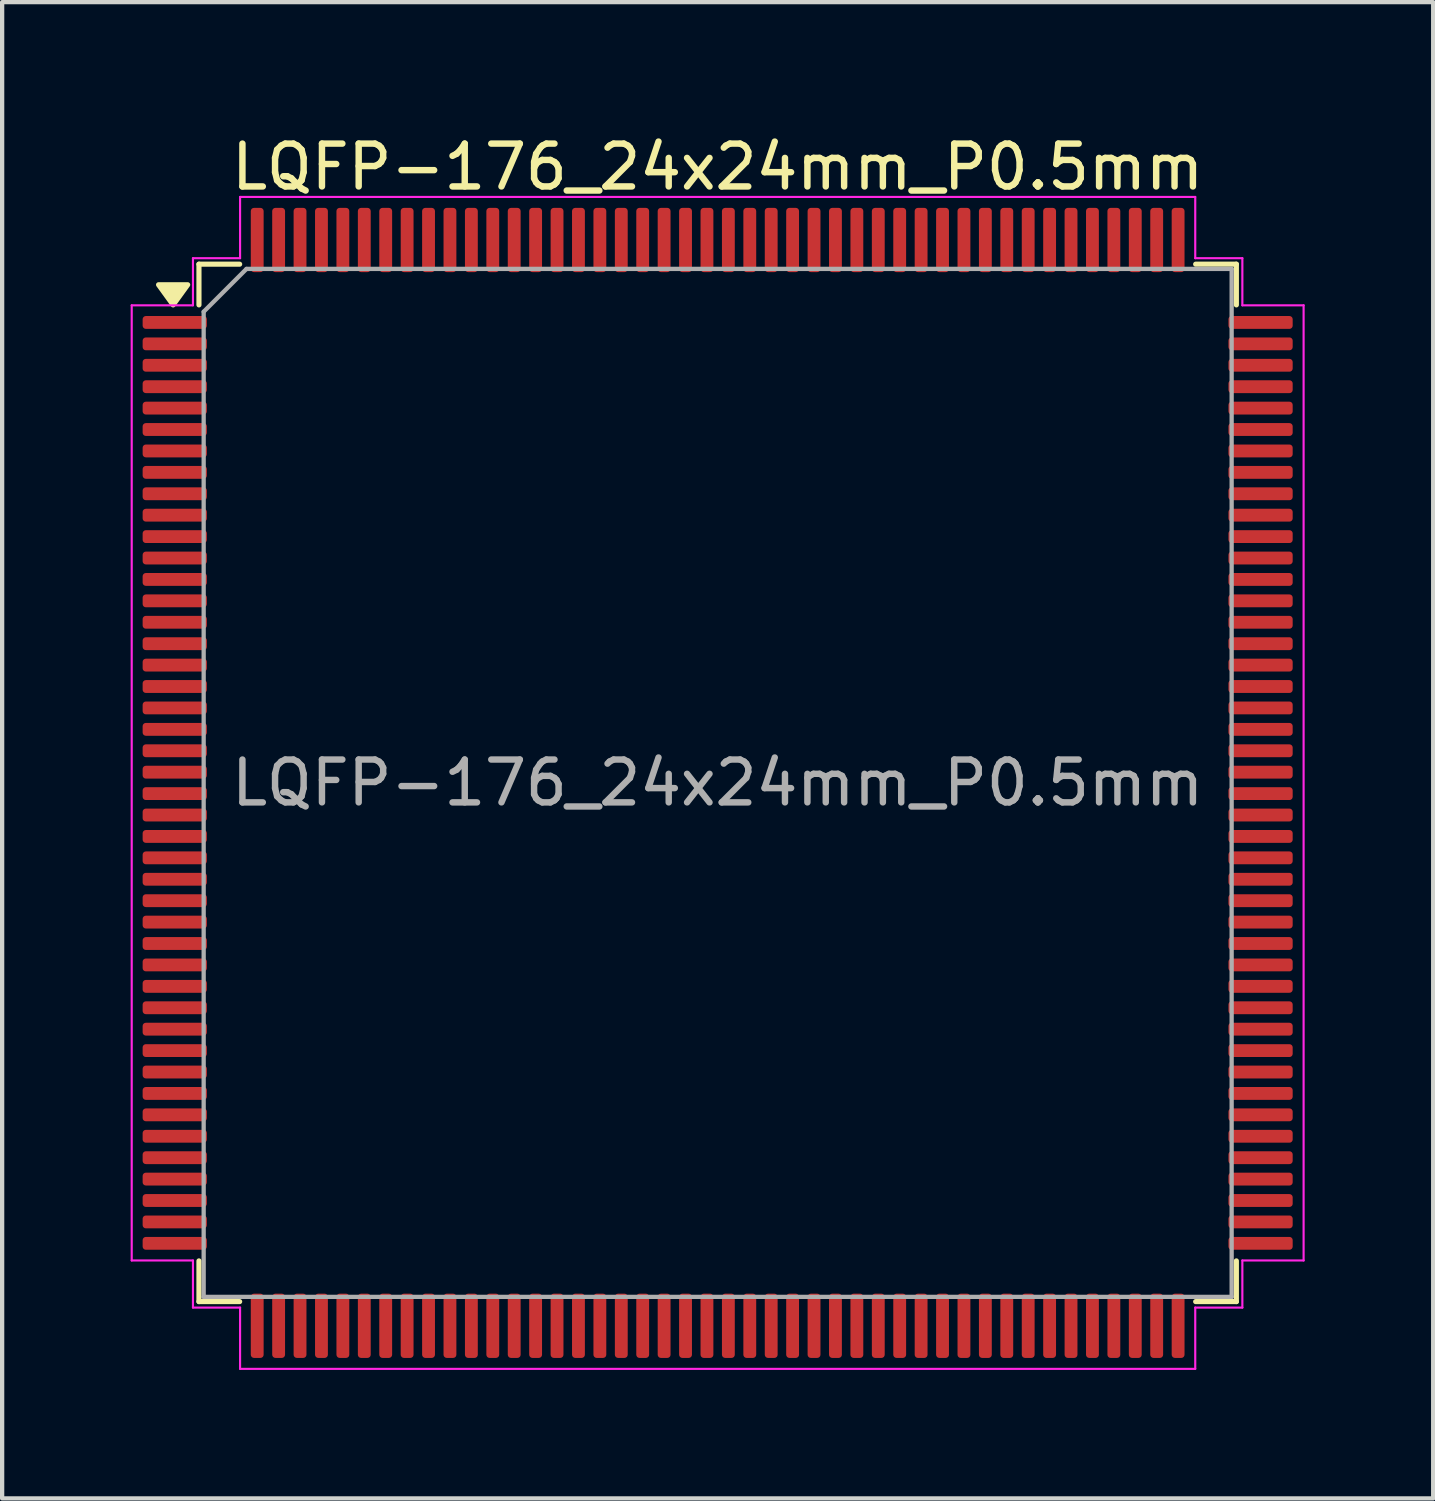
<source format=kicad_pcb>
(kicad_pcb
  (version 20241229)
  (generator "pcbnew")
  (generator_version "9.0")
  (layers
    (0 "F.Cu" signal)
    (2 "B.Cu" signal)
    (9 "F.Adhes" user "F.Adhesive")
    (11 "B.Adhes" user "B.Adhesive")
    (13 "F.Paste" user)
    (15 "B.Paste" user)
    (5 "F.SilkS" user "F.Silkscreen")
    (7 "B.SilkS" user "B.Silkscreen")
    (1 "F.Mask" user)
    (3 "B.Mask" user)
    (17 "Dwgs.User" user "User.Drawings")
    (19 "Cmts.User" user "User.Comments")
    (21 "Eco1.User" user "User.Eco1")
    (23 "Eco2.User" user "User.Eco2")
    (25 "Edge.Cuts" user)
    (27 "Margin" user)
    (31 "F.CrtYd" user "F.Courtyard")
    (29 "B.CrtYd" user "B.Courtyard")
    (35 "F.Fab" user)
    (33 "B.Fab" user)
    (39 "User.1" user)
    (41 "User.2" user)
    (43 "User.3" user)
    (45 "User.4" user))
  (footprint "LQFP-176_24x24mm_P0.5mm"
    (layer "F.Cu")
    (at 13.705 15.228)
    (property "Reference" "LQFP-176_24x24mm_P0.5mm" (at 0 -14.38 0) (layer "F.SilkS") (effects (font (size 1 1) (thickness 0.15))))
    (attr smd)
    (fp_line (start -12.11 -12.11) (end -12.11 -11.16) (stroke (width 0.12) (type solid)) (layer "F.SilkS"))
    (fp_line (start -12.11 12.11) (end -12.11 11.16) (stroke (width 0.12) (type solid)) (layer "F.SilkS"))
    (fp_line (start -11.16 -12.11) (end -12.11 -12.11) (stroke (width 0.12) (type solid)) (layer "F.SilkS"))
    (fp_line (start -11.16 12.11) (end -12.11 12.11) (stroke (width 0.12) (type solid)) (layer "F.SilkS"))
    (fp_line (start 11.16 -12.11) (end 12.11 -12.11) (stroke (width 0.12) (type solid)) (layer "F.SilkS"))
    (fp_line (start 11.16 12.11) (end 12.11 12.11) (stroke (width 0.12) (type solid)) (layer "F.SilkS"))
    (fp_line (start 12.11 -12.11) (end 12.11 -11.16) (stroke (width 0.12) (type solid)) (layer "F.SilkS"))
    (fp_line (start 12.11 12.11) (end 12.11 11.16) (stroke (width 0.12) (type solid)) (layer "F.SilkS"))
    (fp_poly (pts (xy -12.713 -11.16) (xy -13.053 -11.63) (xy -12.373 -11.63)) (stroke (width 0.12) (type solid)) (fill yes) (layer "F.SilkS"))
    (fp_line (start -13.68 -11.15) (end -12.25 -11.15) (stroke (width 0.05) (type solid)) (layer "F.CrtYd"))
    (fp_line (start -13.68 11.15) (end -13.68 -11.15) (stroke (width 0.05) (type solid)) (layer "F.CrtYd"))
    (fp_line (start -12.25 -12.25) (end -11.15 -12.25) (stroke (width 0.05) (type solid)) (layer "F.CrtYd"))
    (fp_line (start -12.25 -11.15) (end -12.25 -12.25) (stroke (width 0.05) (type solid)) (layer "F.CrtYd"))
    (fp_line (start -12.25 11.15) (end -13.68 11.15) (stroke (width 0.05) (type solid)) (layer "F.CrtYd"))
    (fp_line (start -12.25 12.25) (end -12.25 11.15) (stroke (width 0.05) (type solid)) (layer "F.CrtYd"))
    (fp_line (start -11.15 -13.68) (end 11.15 -13.68) (stroke (width 0.05) (type solid)) (layer "F.CrtYd"))
    (fp_line (start -11.15 -12.25) (end -11.15 -13.68) (stroke (width 0.05) (type solid)) (layer "F.CrtYd"))
    (fp_line (start -11.15 12.25) (end -12.25 12.25) (stroke (width 0.05) (type solid)) (layer "F.CrtYd"))
    (fp_line (start -11.15 13.68) (end -11.15 12.25) (stroke (width 0.05) (type solid)) (layer "F.CrtYd"))
    (fp_line (start 11.15 -13.68) (end 11.15 -12.25) (stroke (width 0.05) (type solid)) (layer "F.CrtYd"))
    (fp_line (start 11.15 -12.25) (end 12.25 -12.25) (stroke (width 0.05) (type solid)) (layer "F.CrtYd"))
    (fp_line (start 11.15 12.25) (end 11.15 13.68) (stroke (width 0.05) (type solid)) (layer "F.CrtYd"))
    (fp_line (start 11.15 13.68) (end -11.15 13.68) (stroke (width 0.05) (type solid)) (layer "F.CrtYd"))
    (fp_line (start 12.25 -12.25) (end 12.25 -11.15) (stroke (width 0.05) (type solid)) (layer "F.CrtYd"))
    (fp_line (start 12.25 -11.15) (end 13.68 -11.15) (stroke (width 0.05) (type solid)) (layer "F.CrtYd"))
    (fp_line (start 12.25 11.15) (end 12.25 12.25) (stroke (width 0.05) (type solid)) (layer "F.CrtYd"))
    (fp_line (start 12.25 12.25) (end 11.15 12.25) (stroke (width 0.05) (type solid)) (layer "F.CrtYd"))
    (fp_line (start 13.68 -11.15) (end 13.68 11.15) (stroke (width 0.05) (type solid)) (layer "F.CrtYd"))
    (fp_line (start 13.68 11.15) (end 12.25 11.15) (stroke (width 0.05) (type solid)) (layer "F.CrtYd"))
    (fp_line (start -12 -11) (end -11 -12) (stroke (width 0.1) (type solid)) (layer "F.Fab"))
    (fp_line (start -12 12) (end -12 -11) (stroke (width 0.1) (type solid)) (layer "F.Fab"))
    (fp_line (start -11 -12) (end 12 -12) (stroke (width 0.1) (type solid)) (layer "F.Fab"))
    (fp_line (start 12 -12) (end 12 12) (stroke (width 0.1) (type solid)) (layer "F.Fab"))
    (fp_line (start 12 12) (end -12 12) (stroke (width 0.1) (type solid)) (layer "F.Fab"))
    (fp_text user "${REFERENCE}" (at 0 0 0) (layer "F.Fab") (effects (font (size 1 1) (thickness 0.15))))
    (pad "1" smd roundrect (at -12.675 -10.75) (size 1.5 0.3) (layers "F.Cu" "F.Mask" "F.Paste") (roundrect_rratio 0.25))
    (pad "2" smd roundrect (at -12.675 -10.25) (size 1.5 0.3) (layers "F.Cu" "F.Mask" "F.Paste") (roundrect_rratio 0.25))
    (pad "3" smd roundrect (at -12.675 -9.75) (size 1.5 0.3) (layers "F.Cu" "F.Mask" "F.Paste") (roundrect_rratio 0.25))
    (pad "4" smd roundrect (at -12.675 -9.25) (size 1.5 0.3) (layers "F.Cu" "F.Mask" "F.Paste") (roundrect_rratio 0.25))
    (pad "5" smd roundrect (at -12.675 -8.75) (size 1.5 0.3) (layers "F.Cu" "F.Mask" "F.Paste") (roundrect_rratio 0.25))
    (pad "6" smd roundrect (at -12.675 -8.25) (size 1.5 0.3) (layers "F.Cu" "F.Mask" "F.Paste") (roundrect_rratio 0.25))
    (pad "7" smd roundrect (at -12.675 -7.75) (size 1.5 0.3) (layers "F.Cu" "F.Mask" "F.Paste") (roundrect_rratio 0.25))
    (pad "8" smd roundrect (at -12.675 -7.25) (size 1.5 0.3) (layers "F.Cu" "F.Mask" "F.Paste") (roundrect_rratio 0.25))
    (pad "9" smd roundrect (at -12.675 -6.75) (size 1.5 0.3) (layers "F.Cu" "F.Mask" "F.Paste") (roundrect_rratio 0.25))
    (pad "10" smd roundrect (at -12.675 -6.25) (size 1.5 0.3) (layers "F.Cu" "F.Mask" "F.Paste") (roundrect_rratio 0.25))
    (pad "11" smd roundrect (at -12.675 -5.75) (size 1.5 0.3) (layers "F.Cu" "F.Mask" "F.Paste") (roundrect_rratio 0.25))
    (pad "12" smd roundrect (at -12.675 -5.25) (size 1.5 0.3) (layers "F.Cu" "F.Mask" "F.Paste") (roundrect_rratio 0.25))
    (pad "13" smd roundrect (at -12.675 -4.75) (size 1.5 0.3) (layers "F.Cu" "F.Mask" "F.Paste") (roundrect_rratio 0.25))
    (pad "14" smd roundrect (at -12.675 -4.25) (size 1.5 0.3) (layers "F.Cu" "F.Mask" "F.Paste") (roundrect_rratio 0.25))
    (pad "15" smd roundrect (at -12.675 -3.75) (size 1.5 0.3) (layers "F.Cu" "F.Mask" "F.Paste") (roundrect_rratio 0.25))
    (pad "16" smd roundrect (at -12.675 -3.25) (size 1.5 0.3) (layers "F.Cu" "F.Mask" "F.Paste") (roundrect_rratio 0.25))
    (pad "17" smd roundrect (at -12.675 -2.75) (size 1.5 0.3) (layers "F.Cu" "F.Mask" "F.Paste") (roundrect_rratio 0.25))
    (pad "18" smd roundrect (at -12.675 -2.25) (size 1.5 0.3) (layers "F.Cu" "F.Mask" "F.Paste") (roundrect_rratio 0.25))
    (pad "19" smd roundrect (at -12.675 -1.75) (size 1.5 0.3) (layers "F.Cu" "F.Mask" "F.Paste") (roundrect_rratio 0.25))
    (pad "20" smd roundrect (at -12.675 -1.25) (size 1.5 0.3) (layers "F.Cu" "F.Mask" "F.Paste") (roundrect_rratio 0.25))
    (pad "21" smd roundrect (at -12.675 -0.75) (size 1.5 0.3) (layers "F.Cu" "F.Mask" "F.Paste") (roundrect_rratio 0.25))
    (pad "22" smd roundrect (at -12.675 -0.25) (size 1.5 0.3) (layers "F.Cu" "F.Mask" "F.Paste") (roundrect_rratio 0.25))
    (pad "23" smd roundrect (at -12.675 0.25) (size 1.5 0.3) (layers "F.Cu" "F.Mask" "F.Paste") (roundrect_rratio 0.25))
    (pad "24" smd roundrect (at -12.675 0.75) (size 1.5 0.3) (layers "F.Cu" "F.Mask" "F.Paste") (roundrect_rratio 0.25))
    (pad "25" smd roundrect (at -12.675 1.25) (size 1.5 0.3) (layers "F.Cu" "F.Mask" "F.Paste") (roundrect_rratio 0.25))
    (pad "26" smd roundrect (at -12.675 1.75) (size 1.5 0.3) (layers "F.Cu" "F.Mask" "F.Paste") (roundrect_rratio 0.25))
    (pad "27" smd roundrect (at -12.675 2.25) (size 1.5 0.3) (layers "F.Cu" "F.Mask" "F.Paste") (roundrect_rratio 0.25))
    (pad "28" smd roundrect (at -12.675 2.75) (size 1.5 0.3) (layers "F.Cu" "F.Mask" "F.Paste") (roundrect_rratio 0.25))
    (pad "29" smd roundrect (at -12.675 3.25) (size 1.5 0.3) (layers "F.Cu" "F.Mask" "F.Paste") (roundrect_rratio 0.25))
    (pad "30" smd roundrect (at -12.675 3.75) (size 1.5 0.3) (layers "F.Cu" "F.Mask" "F.Paste") (roundrect_rratio 0.25))
    (pad "31" smd roundrect (at -12.675 4.25) (size 1.5 0.3) (layers "F.Cu" "F.Mask" "F.Paste") (roundrect_rratio 0.25))
    (pad "32" smd roundrect (at -12.675 4.75) (size 1.5 0.3) (layers "F.Cu" "F.Mask" "F.Paste") (roundrect_rratio 0.25))
    (pad "33" smd roundrect (at -12.675 5.25) (size 1.5 0.3) (layers "F.Cu" "F.Mask" "F.Paste") (roundrect_rratio 0.25))
    (pad "34" smd roundrect (at -12.675 5.75) (size 1.5 0.3) (layers "F.Cu" "F.Mask" "F.Paste") (roundrect_rratio 0.25))
    (pad "35" smd roundrect (at -12.675 6.25) (size 1.5 0.3) (layers "F.Cu" "F.Mask" "F.Paste") (roundrect_rratio 0.25))
    (pad "36" smd roundrect (at -12.675 6.75) (size 1.5 0.3) (layers "F.Cu" "F.Mask" "F.Paste") (roundrect_rratio 0.25))
    (pad "37" smd roundrect (at -12.675 7.25) (size 1.5 0.3) (layers "F.Cu" "F.Mask" "F.Paste") (roundrect_rratio 0.25))
    (pad "38" smd roundrect (at -12.675 7.75) (size 1.5 0.3) (layers "F.Cu" "F.Mask" "F.Paste") (roundrect_rratio 0.25))
    (pad "39" smd roundrect (at -12.675 8.25) (size 1.5 0.3) (layers "F.Cu" "F.Mask" "F.Paste") (roundrect_rratio 0.25))
    (pad "40" smd roundrect (at -12.675 8.75) (size 1.5 0.3) (layers "F.Cu" "F.Mask" "F.Paste") (roundrect_rratio 0.25))
    (pad "41" smd roundrect (at -12.675 9.25) (size 1.5 0.3) (layers "F.Cu" "F.Mask" "F.Paste") (roundrect_rratio 0.25))
    (pad "42" smd roundrect (at -12.675 9.75) (size 1.5 0.3) (layers "F.Cu" "F.Mask" "F.Paste") (roundrect_rratio 0.25))
    (pad "43" smd roundrect (at -12.675 10.25) (size 1.5 0.3) (layers "F.Cu" "F.Mask" "F.Paste") (roundrect_rratio 0.25))
    (pad "44" smd roundrect (at -12.675 10.75) (size 1.5 0.3) (layers "F.Cu" "F.Mask" "F.Paste") (roundrect_rratio 0.25))
    (pad "45" smd roundrect (at -10.75 12.675) (size 0.3 1.5) (layers "F.Cu" "F.Mask" "F.Paste") (roundrect_rratio 0.25))
    (pad "46" smd roundrect (at -10.25 12.675) (size 0.3 1.5) (layers "F.Cu" "F.Mask" "F.Paste") (roundrect_rratio 0.25))
    (pad "47" smd roundrect (at -9.75 12.675) (size 0.3 1.5) (layers "F.Cu" "F.Mask" "F.Paste") (roundrect_rratio 0.25))
    (pad "48" smd roundrect (at -9.25 12.675) (size 0.3 1.5) (layers "F.Cu" "F.Mask" "F.Paste") (roundrect_rratio 0.25))
    (pad "49" smd roundrect (at -8.75 12.675) (size 0.3 1.5) (layers "F.Cu" "F.Mask" "F.Paste") (roundrect_rratio 0.25))
    (pad "50" smd roundrect (at -8.25 12.675) (size 0.3 1.5) (layers "F.Cu" "F.Mask" "F.Paste") (roundrect_rratio 0.25))
    (pad "51" smd roundrect (at -7.75 12.675) (size 0.3 1.5) (layers "F.Cu" "F.Mask" "F.Paste") (roundrect_rratio 0.25))
    (pad "52" smd roundrect (at -7.25 12.675) (size 0.3 1.5) (layers "F.Cu" "F.Mask" "F.Paste") (roundrect_rratio 0.25))
    (pad "53" smd roundrect (at -6.75 12.675) (size 0.3 1.5) (layers "F.Cu" "F.Mask" "F.Paste") (roundrect_rratio 0.25))
    (pad "54" smd roundrect (at -6.25 12.675) (size 0.3 1.5) (layers "F.Cu" "F.Mask" "F.Paste") (roundrect_rratio 0.25))
    (pad "55" smd roundrect (at -5.75 12.675) (size 0.3 1.5) (layers "F.Cu" "F.Mask" "F.Paste") (roundrect_rratio 0.25))
    (pad "56" smd roundrect (at -5.25 12.675) (size 0.3 1.5) (layers "F.Cu" "F.Mask" "F.Paste") (roundrect_rratio 0.25))
    (pad "57" smd roundrect (at -4.75 12.675) (size 0.3 1.5) (layers "F.Cu" "F.Mask" "F.Paste") (roundrect_rratio 0.25))
    (pad "58" smd roundrect (at -4.25 12.675) (size 0.3 1.5) (layers "F.Cu" "F.Mask" "F.Paste") (roundrect_rratio 0.25))
    (pad "59" smd roundrect (at -3.75 12.675) (size 0.3 1.5) (layers "F.Cu" "F.Mask" "F.Paste") (roundrect_rratio 0.25))
    (pad "60" smd roundrect (at -3.25 12.675) (size 0.3 1.5) (layers "F.Cu" "F.Mask" "F.Paste") (roundrect_rratio 0.25))
    (pad "61" smd roundrect (at -2.75 12.675) (size 0.3 1.5) (layers "F.Cu" "F.Mask" "F.Paste") (roundrect_rratio 0.25))
    (pad "62" smd roundrect (at -2.25 12.675) (size 0.3 1.5) (layers "F.Cu" "F.Mask" "F.Paste") (roundrect_rratio 0.25))
    (pad "63" smd roundrect (at -1.75 12.675) (size 0.3 1.5) (layers "F.Cu" "F.Mask" "F.Paste") (roundrect_rratio 0.25))
    (pad "64" smd roundrect (at -1.25 12.675) (size 0.3 1.5) (layers "F.Cu" "F.Mask" "F.Paste") (roundrect_rratio 0.25))
    (pad "65" smd roundrect (at -0.75 12.675) (size 0.3 1.5) (layers "F.Cu" "F.Mask" "F.Paste") (roundrect_rratio 0.25))
    (pad "66" smd roundrect (at -0.25 12.675) (size 0.3 1.5) (layers "F.Cu" "F.Mask" "F.Paste") (roundrect_rratio 0.25))
    (pad "67" smd roundrect (at 0.25 12.675) (size 0.3 1.5) (layers "F.Cu" "F.Mask" "F.Paste") (roundrect_rratio 0.25))
    (pad "68" smd roundrect (at 0.75 12.675) (size 0.3 1.5) (layers "F.Cu" "F.Mask" "F.Paste") (roundrect_rratio 0.25))
    (pad "69" smd roundrect (at 1.25 12.675) (size 0.3 1.5) (layers "F.Cu" "F.Mask" "F.Paste") (roundrect_rratio 0.25))
    (pad "70" smd roundrect (at 1.75 12.675) (size 0.3 1.5) (layers "F.Cu" "F.Mask" "F.Paste") (roundrect_rratio 0.25))
    (pad "71" smd roundrect (at 2.25 12.675) (size 0.3 1.5) (layers "F.Cu" "F.Mask" "F.Paste") (roundrect_rratio 0.25))
    (pad "72" smd roundrect (at 2.75 12.675) (size 0.3 1.5) (layers "F.Cu" "F.Mask" "F.Paste") (roundrect_rratio 0.25))
    (pad "73" smd roundrect (at 3.25 12.675) (size 0.3 1.5) (layers "F.Cu" "F.Mask" "F.Paste") (roundrect_rratio 0.25))
    (pad "74" smd roundrect (at 3.75 12.675) (size 0.3 1.5) (layers "F.Cu" "F.Mask" "F.Paste") (roundrect_rratio 0.25))
    (pad "75" smd roundrect (at 4.25 12.675) (size 0.3 1.5) (layers "F.Cu" "F.Mask" "F.Paste") (roundrect_rratio 0.25))
    (pad "76" smd roundrect (at 4.75 12.675) (size 0.3 1.5) (layers "F.Cu" "F.Mask" "F.Paste") (roundrect_rratio 0.25))
    (pad "77" smd roundrect (at 5.25 12.675) (size 0.3 1.5) (layers "F.Cu" "F.Mask" "F.Paste") (roundrect_rratio 0.25))
    (pad "78" smd roundrect (at 5.75 12.675) (size 0.3 1.5) (layers "F.Cu" "F.Mask" "F.Paste") (roundrect_rratio 0.25))
    (pad "79" smd roundrect (at 6.25 12.675) (size 0.3 1.5) (layers "F.Cu" "F.Mask" "F.Paste") (roundrect_rratio 0.25))
    (pad "80" smd roundrect (at 6.75 12.675) (size 0.3 1.5) (layers "F.Cu" "F.Mask" "F.Paste") (roundrect_rratio 0.25))
    (pad "81" smd roundrect (at 7.25 12.675) (size 0.3 1.5) (layers "F.Cu" "F.Mask" "F.Paste") (roundrect_rratio 0.25))
    (pad "82" smd roundrect (at 7.75 12.675) (size 0.3 1.5) (layers "F.Cu" "F.Mask" "F.Paste") (roundrect_rratio 0.25))
    (pad "83" smd roundrect (at 8.25 12.675) (size 0.3 1.5) (layers "F.Cu" "F.Mask" "F.Paste") (roundrect_rratio 0.25))
    (pad "84" smd roundrect (at 8.75 12.675) (size 0.3 1.5) (layers "F.Cu" "F.Mask" "F.Paste") (roundrect_rratio 0.25))
    (pad "85" smd roundrect (at 9.25 12.675) (size 0.3 1.5) (layers "F.Cu" "F.Mask" "F.Paste") (roundrect_rratio 0.25))
    (pad "86" smd roundrect (at 9.75 12.675) (size 0.3 1.5) (layers "F.Cu" "F.Mask" "F.Paste") (roundrect_rratio 0.25))
    (pad "87" smd roundrect (at 10.25 12.675) (size 0.3 1.5) (layers "F.Cu" "F.Mask" "F.Paste") (roundrect_rratio 0.25))
    (pad "88" smd roundrect (at 10.75 12.675) (size 0.3 1.5) (layers "F.Cu" "F.Mask" "F.Paste") (roundrect_rratio 0.25))
    (pad "89" smd roundrect (at 12.675 10.75) (size 1.5 0.3) (layers "F.Cu" "F.Mask" "F.Paste") (roundrect_rratio 0.25))
    (pad "90" smd roundrect (at 12.675 10.25) (size 1.5 0.3) (layers "F.Cu" "F.Mask" "F.Paste") (roundrect_rratio 0.25))
    (pad "91" smd roundrect (at 12.675 9.75) (size 1.5 0.3) (layers "F.Cu" "F.Mask" "F.Paste") (roundrect_rratio 0.25))
    (pad "92" smd roundrect (at 12.675 9.25) (size 1.5 0.3) (layers "F.Cu" "F.Mask" "F.Paste") (roundrect_rratio 0.25))
    (pad "93" smd roundrect (at 12.675 8.75) (size 1.5 0.3) (layers "F.Cu" "F.Mask" "F.Paste") (roundrect_rratio 0.25))
    (pad "94" smd roundrect (at 12.675 8.25) (size 1.5 0.3) (layers "F.Cu" "F.Mask" "F.Paste") (roundrect_rratio 0.25))
    (pad "95" smd roundrect (at 12.675 7.75) (size 1.5 0.3) (layers "F.Cu" "F.Mask" "F.Paste") (roundrect_rratio 0.25))
    (pad "96" smd roundrect (at 12.675 7.25) (size 1.5 0.3) (layers "F.Cu" "F.Mask" "F.Paste") (roundrect_rratio 0.25))
    (pad "97" smd roundrect (at 12.675 6.75) (size 1.5 0.3) (layers "F.Cu" "F.Mask" "F.Paste") (roundrect_rratio 0.25))
    (pad "98" smd roundrect (at 12.675 6.25) (size 1.5 0.3) (layers "F.Cu" "F.Mask" "F.Paste") (roundrect_rratio 0.25))
    (pad "99" smd roundrect (at 12.675 5.75) (size 1.5 0.3) (layers "F.Cu" "F.Mask" "F.Paste") (roundrect_rratio 0.25))
    (pad "100" smd roundrect (at 12.675 5.25) (size 1.5 0.3) (layers "F.Cu" "F.Mask" "F.Paste") (roundrect_rratio 0.25))
    (pad "101" smd roundrect (at 12.675 4.75) (size 1.5 0.3) (layers "F.Cu" "F.Mask" "F.Paste") (roundrect_rratio 0.25))
    (pad "102" smd roundrect (at 12.675 4.25) (size 1.5 0.3) (layers "F.Cu" "F.Mask" "F.Paste") (roundrect_rratio 0.25))
    (pad "103" smd roundrect (at 12.675 3.75) (size 1.5 0.3) (layers "F.Cu" "F.Mask" "F.Paste") (roundrect_rratio 0.25))
    (pad "104" smd roundrect (at 12.675 3.25) (size 1.5 0.3) (layers "F.Cu" "F.Mask" "F.Paste") (roundrect_rratio 0.25))
    (pad "105" smd roundrect (at 12.675 2.75) (size 1.5 0.3) (layers "F.Cu" "F.Mask" "F.Paste") (roundrect_rratio 0.25))
    (pad "106" smd roundrect (at 12.675 2.25) (size 1.5 0.3) (layers "F.Cu" "F.Mask" "F.Paste") (roundrect_rratio 0.25))
    (pad "107" smd roundrect (at 12.675 1.75) (size 1.5 0.3) (layers "F.Cu" "F.Mask" "F.Paste") (roundrect_rratio 0.25))
    (pad "108" smd roundrect (at 12.675 1.25) (size 1.5 0.3) (layers "F.Cu" "F.Mask" "F.Paste") (roundrect_rratio 0.25))
    (pad "109" smd roundrect (at 12.675 0.75) (size 1.5 0.3) (layers "F.Cu" "F.Mask" "F.Paste") (roundrect_rratio 0.25))
    (pad "110" smd roundrect (at 12.675 0.25) (size 1.5 0.3) (layers "F.Cu" "F.Mask" "F.Paste") (roundrect_rratio 0.25))
    (pad "111" smd roundrect (at 12.675 -0.25) (size 1.5 0.3) (layers "F.Cu" "F.Mask" "F.Paste") (roundrect_rratio 0.25))
    (pad "112" smd roundrect (at 12.675 -0.75) (size 1.5 0.3) (layers "F.Cu" "F.Mask" "F.Paste") (roundrect_rratio 0.25))
    (pad "113" smd roundrect (at 12.675 -1.25) (size 1.5 0.3) (layers "F.Cu" "F.Mask" "F.Paste") (roundrect_rratio 0.25))
    (pad "114" smd roundrect (at 12.675 -1.75) (size 1.5 0.3) (layers "F.Cu" "F.Mask" "F.Paste") (roundrect_rratio 0.25))
    (pad "115" smd roundrect (at 12.675 -2.25) (size 1.5 0.3) (layers "F.Cu" "F.Mask" "F.Paste") (roundrect_rratio 0.25))
    (pad "116" smd roundrect (at 12.675 -2.75) (size 1.5 0.3) (layers "F.Cu" "F.Mask" "F.Paste") (roundrect_rratio 0.25))
    (pad "117" smd roundrect (at 12.675 -3.25) (size 1.5 0.3) (layers "F.Cu" "F.Mask" "F.Paste") (roundrect_rratio 0.25))
    (pad "118" smd roundrect (at 12.675 -3.75) (size 1.5 0.3) (layers "F.Cu" "F.Mask" "F.Paste") (roundrect_rratio 0.25))
    (pad "119" smd roundrect (at 12.675 -4.25) (size 1.5 0.3) (layers "F.Cu" "F.Mask" "F.Paste") (roundrect_rratio 0.25))
    (pad "120" smd roundrect (at 12.675 -4.75) (size 1.5 0.3) (layers "F.Cu" "F.Mask" "F.Paste") (roundrect_rratio 0.25))
    (pad "121" smd roundrect (at 12.675 -5.25) (size 1.5 0.3) (layers "F.Cu" "F.Mask" "F.Paste") (roundrect_rratio 0.25))
    (pad "122" smd roundrect (at 12.675 -5.75) (size 1.5 0.3) (layers "F.Cu" "F.Mask" "F.Paste") (roundrect_rratio 0.25))
    (pad "123" smd roundrect (at 12.675 -6.25) (size 1.5 0.3) (layers "F.Cu" "F.Mask" "F.Paste") (roundrect_rratio 0.25))
    (pad "124" smd roundrect (at 12.675 -6.75) (size 1.5 0.3) (layers "F.Cu" "F.Mask" "F.Paste") (roundrect_rratio 0.25))
    (pad "125" smd roundrect (at 12.675 -7.25) (size 1.5 0.3) (layers "F.Cu" "F.Mask" "F.Paste") (roundrect_rratio 0.25))
    (pad "126" smd roundrect (at 12.675 -7.75) (size 1.5 0.3) (layers "F.Cu" "F.Mask" "F.Paste") (roundrect_rratio 0.25))
    (pad "127" smd roundrect (at 12.675 -8.25) (size 1.5 0.3) (layers "F.Cu" "F.Mask" "F.Paste") (roundrect_rratio 0.25))
    (pad "128" smd roundrect (at 12.675 -8.75) (size 1.5 0.3) (layers "F.Cu" "F.Mask" "F.Paste") (roundrect_rratio 0.25))
    (pad "129" smd roundrect (at 12.675 -9.25) (size 1.5 0.3) (layers "F.Cu" "F.Mask" "F.Paste") (roundrect_rratio 0.25))
    (pad "130" smd roundrect (at 12.675 -9.75) (size 1.5 0.3) (layers "F.Cu" "F.Mask" "F.Paste") (roundrect_rratio 0.25))
    (pad "131" smd roundrect (at 12.675 -10.25) (size 1.5 0.3) (layers "F.Cu" "F.Mask" "F.Paste") (roundrect_rratio 0.25))
    (pad "132" smd roundrect (at 12.675 -10.75) (size 1.5 0.3) (layers "F.Cu" "F.Mask" "F.Paste") (roundrect_rratio 0.25))
    (pad "133" smd roundrect (at 10.75 -12.675) (size 0.3 1.5) (layers "F.Cu" "F.Mask" "F.Paste") (roundrect_rratio 0.25))
    (pad "134" smd roundrect (at 10.25 -12.675) (size 0.3 1.5) (layers "F.Cu" "F.Mask" "F.Paste") (roundrect_rratio 0.25))
    (pad "135" smd roundrect (at 9.75 -12.675) (size 0.3 1.5) (layers "F.Cu" "F.Mask" "F.Paste") (roundrect_rratio 0.25))
    (pad "136" smd roundrect (at 9.25 -12.675) (size 0.3 1.5) (layers "F.Cu" "F.Mask" "F.Paste") (roundrect_rratio 0.25))
    (pad "137" smd roundrect (at 8.75 -12.675) (size 0.3 1.5) (layers "F.Cu" "F.Mask" "F.Paste") (roundrect_rratio 0.25))
    (pad "138" smd roundrect (at 8.25 -12.675) (size 0.3 1.5) (layers "F.Cu" "F.Mask" "F.Paste") (roundrect_rratio 0.25))
    (pad "139" smd roundrect (at 7.75 -12.675) (size 0.3 1.5) (layers "F.Cu" "F.Mask" "F.Paste") (roundrect_rratio 0.25))
    (pad "140" smd roundrect (at 7.25 -12.675) (size 0.3 1.5) (layers "F.Cu" "F.Mask" "F.Paste") (roundrect_rratio 0.25))
    (pad "141" smd roundrect (at 6.75 -12.675) (size 0.3 1.5) (layers "F.Cu" "F.Mask" "F.Paste") (roundrect_rratio 0.25))
    (pad "142" smd roundrect (at 6.25 -12.675) (size 0.3 1.5) (layers "F.Cu" "F.Mask" "F.Paste") (roundrect_rratio 0.25))
    (pad "143" smd roundrect (at 5.75 -12.675) (size 0.3 1.5) (layers "F.Cu" "F.Mask" "F.Paste") (roundrect_rratio 0.25))
    (pad "144" smd roundrect (at 5.25 -12.675) (size 0.3 1.5) (layers "F.Cu" "F.Mask" "F.Paste") (roundrect_rratio 0.25))
    (pad "145" smd roundrect (at 4.75 -12.675) (size 0.3 1.5) (layers "F.Cu" "F.Mask" "F.Paste") (roundrect_rratio 0.25))
    (pad "146" smd roundrect (at 4.25 -12.675) (size 0.3 1.5) (layers "F.Cu" "F.Mask" "F.Paste") (roundrect_rratio 0.25))
    (pad "147" smd roundrect (at 3.75 -12.675) (size 0.3 1.5) (layers "F.Cu" "F.Mask" "F.Paste") (roundrect_rratio 0.25))
    (pad "148" smd roundrect (at 3.25 -12.675) (size 0.3 1.5) (layers "F.Cu" "F.Mask" "F.Paste") (roundrect_rratio 0.25))
    (pad "149" smd roundrect (at 2.75 -12.675) (size 0.3 1.5) (layers "F.Cu" "F.Mask" "F.Paste") (roundrect_rratio 0.25))
    (pad "150" smd roundrect (at 2.25 -12.675) (size 0.3 1.5) (layers "F.Cu" "F.Mask" "F.Paste") (roundrect_rratio 0.25))
    (pad "151" smd roundrect (at 1.75 -12.675) (size 0.3 1.5) (layers "F.Cu" "F.Mask" "F.Paste") (roundrect_rratio 0.25))
    (pad "152" smd roundrect (at 1.25 -12.675) (size 0.3 1.5) (layers "F.Cu" "F.Mask" "F.Paste") (roundrect_rratio 0.25))
    (pad "153" smd roundrect (at 0.75 -12.675) (size 0.3 1.5) (layers "F.Cu" "F.Mask" "F.Paste") (roundrect_rratio 0.25))
    (pad "154" smd roundrect (at 0.25 -12.675) (size 0.3 1.5) (layers "F.Cu" "F.Mask" "F.Paste") (roundrect_rratio 0.25))
    (pad "155" smd roundrect (at -0.25 -12.675) (size 0.3 1.5) (layers "F.Cu" "F.Mask" "F.Paste") (roundrect_rratio 0.25))
    (pad "156" smd roundrect (at -0.75 -12.675) (size 0.3 1.5) (layers "F.Cu" "F.Mask" "F.Paste") (roundrect_rratio 0.25))
    (pad "157" smd roundrect (at -1.25 -12.675) (size 0.3 1.5) (layers "F.Cu" "F.Mask" "F.Paste") (roundrect_rratio 0.25))
    (pad "158" smd roundrect (at -1.75 -12.675) (size 0.3 1.5) (layers "F.Cu" "F.Mask" "F.Paste") (roundrect_rratio 0.25))
    (pad "159" smd roundrect (at -2.25 -12.675) (size 0.3 1.5) (layers "F.Cu" "F.Mask" "F.Paste") (roundrect_rratio 0.25))
    (pad "160" smd roundrect (at -2.75 -12.675) (size 0.3 1.5) (layers "F.Cu" "F.Mask" "F.Paste") (roundrect_rratio 0.25))
    (pad "161" smd roundrect (at -3.25 -12.675) (size 0.3 1.5) (layers "F.Cu" "F.Mask" "F.Paste") (roundrect_rratio 0.25))
    (pad "162" smd roundrect (at -3.75 -12.675) (size 0.3 1.5) (layers "F.Cu" "F.Mask" "F.Paste") (roundrect_rratio 0.25))
    (pad "163" smd roundrect (at -4.25 -12.675) (size 0.3 1.5) (layers "F.Cu" "F.Mask" "F.Paste") (roundrect_rratio 0.25))
    (pad "164" smd roundrect (at -4.75 -12.675) (size 0.3 1.5) (layers "F.Cu" "F.Mask" "F.Paste") (roundrect_rratio 0.25))
    (pad "165" smd roundrect (at -5.25 -12.675) (size 0.3 1.5) (layers "F.Cu" "F.Mask" "F.Paste") (roundrect_rratio 0.25))
    (pad "166" smd roundrect (at -5.75 -12.675) (size 0.3 1.5) (layers "F.Cu" "F.Mask" "F.Paste") (roundrect_rratio 0.25))
    (pad "167" smd roundrect (at -6.25 -12.675) (size 0.3 1.5) (layers "F.Cu" "F.Mask" "F.Paste") (roundrect_rratio 0.25))
    (pad "168" smd roundrect (at -6.75 -12.675) (size 0.3 1.5) (layers "F.Cu" "F.Mask" "F.Paste") (roundrect_rratio 0.25))
    (pad "169" smd roundrect (at -7.25 -12.675) (size 0.3 1.5) (layers "F.Cu" "F.Mask" "F.Paste") (roundrect_rratio 0.25))
    (pad "170" smd roundrect (at -7.75 -12.675) (size 0.3 1.5) (layers "F.Cu" "F.Mask" "F.Paste") (roundrect_rratio 0.25))
    (pad "171" smd roundrect (at -8.25 -12.675) (size 0.3 1.5) (layers "F.Cu" "F.Mask" "F.Paste") (roundrect_rratio 0.25))
    (pad "172" smd roundrect (at -8.75 -12.675) (size 0.3 1.5) (layers "F.Cu" "F.Mask" "F.Paste") (roundrect_rratio 0.25))
    (pad "173" smd roundrect (at -9.25 -12.675) (size 0.3 1.5) (layers "F.Cu" "F.Mask" "F.Paste") (roundrect_rratio 0.25))
    (pad "174" smd roundrect (at -9.75 -12.675) (size 0.3 1.5) (layers "F.Cu" "F.Mask" "F.Paste") (roundrect_rratio 0.25))
    (pad "175" smd roundrect (at -10.25 -12.675) (size 0.3 1.5) (layers "F.Cu" "F.Mask" "F.Paste") (roundrect_rratio 0.25))
    (pad "176" smd roundrect (at -10.75 -12.675) (size 0.3 1.5) (layers "F.Cu" "F.Mask" "F.Paste") (roundrect_rratio 0.25)))
  (gr_rect
    (start -3 -3)
    (end 30.41 31.933)
    (stroke (width 0.1) (type default))
    (fill no)
    (layer "Edge.Cuts")))
</source>
